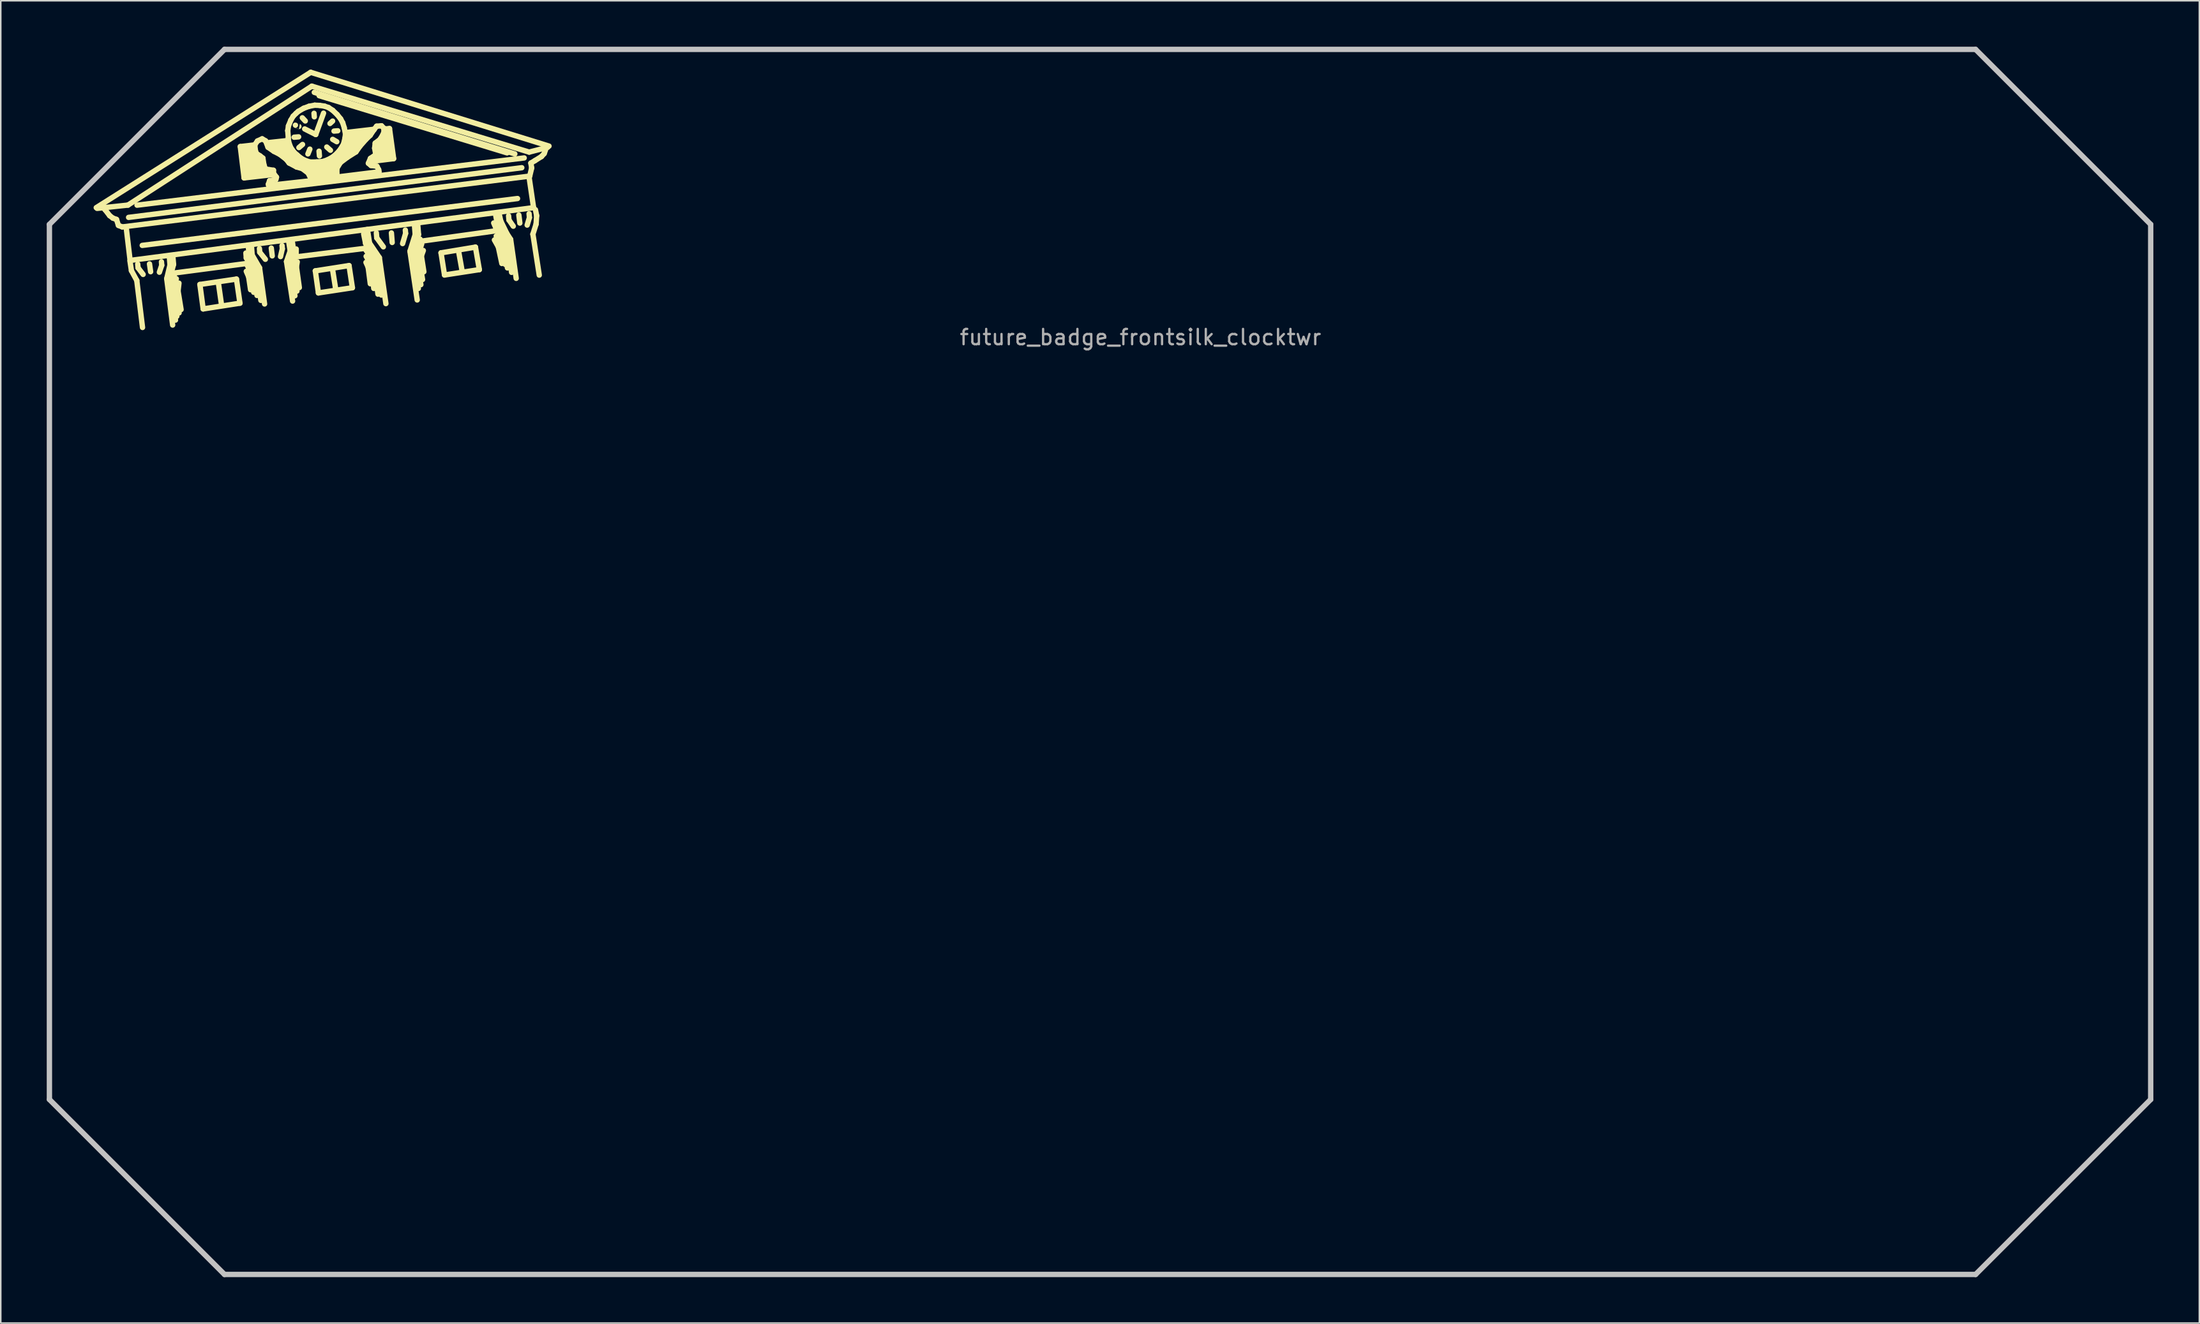
<source format=kicad_pcb>
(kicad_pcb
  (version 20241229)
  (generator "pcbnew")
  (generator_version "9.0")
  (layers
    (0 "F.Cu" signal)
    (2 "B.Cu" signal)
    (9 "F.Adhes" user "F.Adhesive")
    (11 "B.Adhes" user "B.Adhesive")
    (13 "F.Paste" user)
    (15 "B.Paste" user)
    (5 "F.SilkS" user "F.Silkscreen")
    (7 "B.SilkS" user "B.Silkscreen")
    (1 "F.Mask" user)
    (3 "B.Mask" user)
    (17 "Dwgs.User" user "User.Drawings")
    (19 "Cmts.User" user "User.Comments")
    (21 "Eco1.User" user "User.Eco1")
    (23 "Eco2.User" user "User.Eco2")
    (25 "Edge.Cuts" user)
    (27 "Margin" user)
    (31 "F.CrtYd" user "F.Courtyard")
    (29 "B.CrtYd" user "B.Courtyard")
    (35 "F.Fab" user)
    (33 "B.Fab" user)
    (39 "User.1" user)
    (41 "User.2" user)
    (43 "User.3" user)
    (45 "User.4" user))
  (footprint "future_badge_frontsilk_clocktwr"
    (layer "F.Cu")
    (at 71.387 19.473)
    (property "Reference" "future_badge_frontsilk_clocktwr" (at 0 -0.5 0) (unlocked yes) (layer "F.Fab") (effects (font (size 1 1) (thickness 0.15))))
    (fp_line (start -68.155 -8.963) (end -54.158 -17.8) (stroke (width 0.35) (type solid)) (layer "F.SilkS"))
    (fp_line (start -68.098 -8.915) (end -66.082 -9.131) (stroke (width 0.35) (type solid)) (layer "F.SilkS"))
    (fp_line (start -67.569 -8.817) (end -67.656 -8.909) (stroke (width 0.35) (type solid)) (layer "F.SilkS"))
    (fp_line (start -67.28 -8.442) (end -67.569 -8.817) (stroke (width 0.35) (type solid)) (layer "F.SilkS"))
    (fp_line (start -67.068 -8.28) (end -67.28 -8.442) (stroke (width 0.35) (type solid)) (layer "F.SilkS"))
    (fp_line (start -66.834 -8.195) (end -67.068 -8.28) (stroke (width 0.35) (type solid)) (layer "F.SilkS"))
    (fp_line (start -66.707 -7.804) (end -66.834 -8.195) (stroke (width 0.35) (type solid)) (layer "F.SilkS"))
    (fp_line (start -66.456 -7.704) (end -66.707 -7.804) (stroke (width 0.35) (type solid)) (layer "F.SilkS"))
    (fp_line (start -66.192 -7.598) (end -65.945 -5.516) (stroke (width 0.35) (type solid)) (layer "F.SilkS"))
    (fp_line (start -66.082 -9.131) (end -54.085 -16.896) (stroke (width 0.35) (type solid)) (layer "F.SilkS"))
    (fp_line (start -66.044 -8.327) (end -40.381 -11.571) (stroke (width 0.35) (type solid)) (layer "F.SilkS"))
    (fp_line (start -65.951 -5.457) (end -65.859 -4.849) (stroke (width 0.35) (type solid)) (layer "F.SilkS"))
    (fp_line (start -65.945 -5.516) (end -39.612 -8.963) (stroke (width 0.35) (type solid)) (layer "F.SilkS"))
    (fp_line (start -65.859 -4.849) (end -65.51 -4.208) (stroke (width 0.35) (type solid)) (layer "F.SilkS"))
    (fp_line (start -65.51 -4.208) (end -65.135 -1.139) (stroke (width 0.35) (type solid)) (layer "F.SilkS"))
    (fp_line (start -65.493 -9.125) (end -40.225 -12.21) (stroke (width 0.35) (type solid)) (layer "F.SilkS"))
    (fp_line (start -65.448 -5.275) (end -65.428 -5.038) (stroke (width 0.35) (type solid)) (layer "F.SilkS"))
    (fp_line (start -65.428 -5.038) (end -65.096 -4.603) (stroke (width 0.35) (type solid)) (layer "F.SilkS"))
    (fp_line (start -65.153 -6.498) (end -40.66 -9.558) (stroke (width 0.35) (type solid)) (layer "F.SilkS"))
    (fp_line (start -64.679 -5.289) (end -64.606 -4.78) (stroke (width 0.35) (type solid)) (layer "F.SilkS"))
    (fp_line (start -63.899 -5.426) (end -63.881 -5.2) (stroke (width 0.35) (type solid)) (layer "F.SilkS"))
    (fp_line (start -63.881 -5.2) (end -64.035 -4.747) (stroke (width 0.35) (type solid)) (layer "F.SilkS"))
    (fp_line (start -63.555 -4.323) (end -63.168 -1.297) (stroke (width 0.35) (type solid)) (layer "F.SilkS"))
    (fp_line (start -63.382 -5.723) (end -63.341 -5.222) (stroke (width 0.35) (type solid)) (layer "F.SilkS"))
    (fp_line (start -63.368 -4.307) (end -62.984 -1.62) (stroke (width 0.35) (type solid)) (layer "F.SilkS"))
    (fp_line (start -63.341 -5.222) (end -63.555 -4.323) (stroke (width 0.35) (type solid)) (layer "F.SilkS"))
    (fp_line (start -63.196 -4.246) (end -62.896 -1.871) (stroke (width 0.35) (type solid)) (layer "F.SilkS"))
    (fp_line (start -63.15 -5.742) (end -63.11 -5.256) (stroke (width 0.35) (type solid)) (layer "F.SilkS"))
    (fp_line (start -63.11 -5.256) (end -63.368 -4.307) (stroke (width 0.35) (type solid)) (layer "F.SilkS"))
    (fp_line (start -63.055 -4.566) (end -63.196 -4.246) (stroke (width 0.35) (type solid)) (layer "F.SilkS"))
    (fp_line (start -63.013 -4.701) (end -58.333 -5.318) (stroke (width 0.35) (type solid)) (layer "F.SilkS"))
    (fp_line (start -63.007 -3.975) (end -62.749 -2.09) (stroke (width 0.35) (type solid)) (layer "F.SilkS"))
    (fp_line (start -62.929 -4.321) (end -63.007 -3.975) (stroke (width 0.35) (type solid)) (layer "F.SilkS"))
    (fp_line (start -62.816 -3.518) (end -62.618 -2.308) (stroke (width 0.35) (type solid)) (layer "F.SilkS"))
    (fp_line (start -62.757 -4.032) (end -62.816 -3.518) (stroke (width 0.35) (type solid)) (layer "F.SilkS"))
    (fp_line (start -61.391 -3.946) (end -61.177 -2.35) (stroke (width 0.35) (type solid)) (layer "F.SilkS"))
    (fp_line (start -61.177 -2.35) (end -58.776 -2.724) (stroke (width 0.35) (type solid)) (layer "F.SilkS"))
    (fp_line (start -60.188 -4.082) (end -59.978 -2.614) (stroke (width 0.35) (type solid)) (layer "F.SilkS"))
    (fp_line (start -59.004 -4.298) (end -61.391 -3.946) (stroke (width 0.35) (type solid)) (layer "F.SilkS"))
    (fp_line (start -58.776 -2.724) (end -59.004 -4.298) (stroke (width 0.35) (type solid)) (layer "F.SilkS"))
    (fp_line (start -58.754 -12.952) (end -58.505 -10.906) (stroke (width 0.35) (type solid)) (layer "F.SilkS"))
    (fp_line (start -58.628 -12.679) (end -57.883 -12.771) (stroke (width 0.35) (type solid)) (layer "F.SilkS"))
    (fp_line (start -58.605 -12.395) (end -57.803 -12.471) (stroke (width 0.35) (type solid)) (layer "F.SilkS"))
    (fp_line (start -58.603 -12.514) (end -58.628 -12.679) (stroke (width 0.35) (type solid)) (layer "F.SilkS"))
    (fp_line (start -58.585 -12.237) (end -58.605 -12.395) (stroke (width 0.35) (type solid)) (layer "F.SilkS"))
    (fp_line (start -58.56 -12.084) (end -57.463 -12.196) (stroke (width 0.35) (type solid)) (layer "F.SilkS"))
    (fp_line (start -58.547 -11.922) (end -58.56 -12.084) (stroke (width 0.35) (type solid)) (layer "F.SilkS"))
    (fp_line (start -58.52 -11.733) (end -57.347 -11.851) (stroke (width 0.35) (type solid)) (layer "F.SilkS"))
    (fp_line (start -58.505 -10.906) (end -56.663 -11.117) (stroke (width 0.35) (type solid)) (layer "F.SilkS"))
    (fp_line (start -58.498 -11.312) (end -57.196 -11.461) (stroke (width 0.35) (type solid)) (layer "F.SilkS"))
    (fp_line (start -58.497 -11.5) (end -58.52 -11.733) (stroke (width 0.35) (type solid)) (layer "F.SilkS"))
    (fp_line (start -58.467 -11.124) (end -58.498 -11.312) (stroke (width 0.35) (type solid)) (layer "F.SilkS"))
    (fp_line (start -58.388 -5.999) (end -58.362 -5.677) (stroke (width 0.35) (type solid)) (layer "F.SilkS"))
    (fp_line (start -58.363 -4.806) (end -58.207 -4.446) (stroke (width 0.35) (type solid)) (layer "F.SilkS"))
    (fp_line (start -58.362 -5.677) (end -57.899 -4.875) (stroke (width 0.35) (type solid)) (layer "F.SilkS"))
    (fp_line (start -58.328 -5.255) (end -58.094 -4.78) (stroke (width 0.35) (type solid)) (layer "F.SilkS"))
    (fp_line (start -58.223 -6.378) (end -58.174 -5.766) (stroke (width 0.35) (type solid)) (layer "F.SilkS"))
    (fp_line (start -58.207 -4.446) (end -58.083 -3.603) (stroke (width 0.35) (type solid)) (layer "F.SilkS"))
    (fp_line (start -58.174 -5.766) (end -57.715 -4.965) (stroke (width 0.35) (type solid)) (layer "F.SilkS"))
    (fp_line (start -58.094 -4.78) (end -57.878 -3.436) (stroke (width 0.35) (type solid)) (layer "F.SilkS"))
    (fp_line (start -58.027 -6.468) (end -57.979 -5.867) (stroke (width 0.35) (type solid)) (layer "F.SilkS"))
    (fp_line (start -57.979 -5.867) (end -57.498 -5.035) (stroke (width 0.35) (type solid)) (layer "F.SilkS"))
    (fp_line (start -57.911 -13.049) (end -58.754 -12.952) (stroke (width 0.35) (type solid)) (layer "F.SilkS"))
    (fp_line (start -57.907 -12.925) (end -58.626 -12.855) (stroke (width 0.35) (type solid)) (layer "F.SilkS"))
    (fp_line (start -57.899 -4.875) (end -57.663 -3.23) (stroke (width 0.35) (type solid)) (layer "F.SilkS"))
    (fp_line (start -57.883 -12.771) (end -57.907 -12.925) (stroke (width 0.35) (type solid)) (layer "F.SilkS"))
    (fp_line (start -57.835 -12.616) (end -58.603 -12.514) (stroke (width 0.35) (type solid)) (layer "F.SilkS"))
    (fp_line (start -57.806 -13.068) (end -57.78 -12.748) (stroke (width 0.35) (type solid)) (layer "F.SilkS"))
    (fp_line (start -57.803 -12.471) (end -57.835 -12.616) (stroke (width 0.35) (type solid)) (layer "F.SilkS"))
    (fp_line (start -57.78 -12.748) (end -57.708 -12.503) (stroke (width 0.35) (type solid)) (layer "F.SilkS"))
    (fp_line (start -57.715 -4.965) (end -57.411 -2.908) (stroke (width 0.35) (type solid)) (layer "F.SilkS"))
    (fp_line (start -57.708 -12.503) (end -57.461 -12.34) (stroke (width 0.35) (type solid)) (layer "F.SilkS"))
    (fp_line (start -57.635 -13.316) (end -57.806 -13.068) (stroke (width 0.35) (type solid)) (layer "F.SilkS"))
    (fp_line (start -57.557 -12.328) (end -58.585 -12.237) (stroke (width 0.35) (type solid)) (layer "F.SilkS"))
    (fp_line (start -57.504 -6.293) (end -57.484 -6.05) (stroke (width 0.35) (type solid)) (layer "F.SilkS"))
    (fp_line (start -57.498 -5.035) (end -57.169 -2.673) (stroke (width 0.35) (type solid)) (layer "F.SilkS"))
    (fp_line (start -57.484 -6.05) (end -57.118 -5.591) (stroke (width 0.35) (type solid)) (layer "F.SilkS"))
    (fp_line (start -57.463 -12.196) (end -57.557 -12.328) (stroke (width 0.35) (type solid)) (layer "F.SilkS"))
    (fp_line (start -57.461 -12.34) (end -57.28 -12.199) (stroke (width 0.35) (type solid)) (layer "F.SilkS"))
    (fp_line (start -57.371 -12.045) (end -58.547 -11.922) (stroke (width 0.35) (type solid)) (layer "F.SilkS"))
    (fp_line (start -57.347 -11.851) (end -57.371 -12.045) (stroke (width 0.35) (type solid)) (layer "F.SilkS"))
    (fp_line (start -57.328 -13.457) (end -57.635 -13.316) (stroke (width 0.35) (type solid)) (layer "F.SilkS"))
    (fp_line (start -57.28 -12.199) (end -57.213 -11.768) (stroke (width 0.35) (type solid)) (layer "F.SilkS"))
    (fp_line (start -57.259 -11.691) (end -58.497 -11.5) (stroke (width 0.35) (type solid)) (layer "F.SilkS"))
    (fp_line (start -57.213 -11.768) (end -57.116 -11.489) (stroke (width 0.35) (type solid)) (layer "F.SilkS"))
    (fp_line (start -57.196 -11.461) (end -57.259 -11.691) (stroke (width 0.35) (type solid)) (layer "F.SilkS"))
    (fp_line (start -57.116 -11.489) (end -56.825 -11.438) (stroke (width 0.35) (type solid)) (layer "F.SilkS"))
    (fp_line (start -57.105 -13.326) (end -57.328 -13.457) (stroke (width 0.35) (type solid)) (layer "F.SilkS"))
    (fp_line (start -56.944 -12.907) (end -57.105 -13.326) (stroke (width 0.35) (type solid)) (layer "F.SilkS"))
    (fp_line (start -56.919 -10.496) (end -56.902 -10.413) (stroke (width 0.35) (type solid)) (layer "F.SilkS"))
    (fp_line (start -56.902 -10.413) (end -54.123 -10.722) (stroke (width 0.35) (type solid)) (layer "F.SilkS"))
    (fp_line (start -56.842 -10.725) (end -56.919 -10.496) (stroke (width 0.35) (type solid)) (layer "F.SilkS"))
    (fp_line (start -56.827 -12.972) (end -55.68 -13.16) (stroke (width 0.35) (type solid)) (layer "F.SilkS"))
    (fp_line (start -56.825 -11.438) (end -56.589 -11.404) (stroke (width 0.35) (type solid)) (layer "F.SilkS"))
    (fp_line (start -56.731 -6.323) (end -56.669 -5.813) (stroke (width 0.35) (type solid)) (layer "F.SilkS"))
    (fp_line (start -56.712 -11.337) (end -58.467 -11.124) (stroke (width 0.35) (type solid)) (layer "F.SilkS"))
    (fp_line (start -56.689 -12.836) (end -56.827 -12.972) (stroke (width 0.35) (type solid)) (layer "F.SilkS"))
    (fp_line (start -56.663 -11.117) (end -56.712 -11.337) (stroke (width 0.35) (type solid)) (layer "F.SilkS"))
    (fp_line (start -56.589 -11.404) (end -56.583 -11.203) (stroke (width 0.35) (type solid)) (layer "F.SilkS"))
    (fp_line (start -56.583 -11.203) (end -56.393 -10.953) (stroke (width 0.35) (type solid)) (layer "F.SilkS"))
    (fp_line (start -56.562 -12.643) (end -56.944 -12.907) (stroke (width 0.35) (type solid)) (layer "F.SilkS"))
    (fp_line (start -56.434 -10.801) (end -56.842 -10.725) (stroke (width 0.35) (type solid)) (layer "F.SilkS"))
    (fp_line (start -56.393 -10.953) (end -56.434 -10.801) (stroke (width 0.35) (type solid)) (layer "F.SilkS"))
    (fp_line (start -56.372 -12.658) (end -55.514 -12.813) (stroke (width 0.35) (type solid)) (layer "F.SilkS"))
    (fp_line (start -56.174 -12.443) (end -56.562 -12.643) (stroke (width 0.35) (type solid)) (layer "F.SilkS"))
    (fp_line (start -56.131 -12.508) (end -56.372 -12.658) (stroke (width 0.35) (type solid)) (layer "F.SilkS"))
    (fp_line (start -56.028 -6.486) (end -56.011 -6.275) (stroke (width 0.35) (type solid)) (layer "F.SilkS"))
    (fp_line (start -56.011 -6.275) (end -56.129 -5.767) (stroke (width 0.35) (type solid)) (layer "F.SilkS"))
    (fp_line (start -55.874 -12.279) (end -55.2 -12.445) (stroke (width 0.35) (type solid)) (layer "F.SilkS"))
    (fp_line (start -55.755 -12.119) (end -56.174 -12.443) (stroke (width 0.35) (type solid)) (layer "F.SilkS"))
    (fp_line (start -55.737 -5.443) (end -55.341 -2.863) (stroke (width 0.35) (type solid)) (layer "F.SilkS"))
    (fp_line (start -55.721 -13.339) (end -56.968 -13.205) (stroke (width 0.35) (type solid)) (layer "F.SilkS"))
    (fp_line (start -55.696 -12.172) (end -55.874 -12.279) (stroke (width 0.35) (type solid)) (layer "F.SilkS"))
    (fp_line (start -55.68 -13.16) (end -55.721 -13.339) (stroke (width 0.35) (type solid)) (layer "F.SilkS"))
    (fp_line (start -55.657 -13.99) (end -55.61 -14.304) (stroke (width 0.35) (type solid)) (layer "F.SilkS"))
    (fp_line (start -55.62 -13.014) (end -56.689 -12.836) (stroke (width 0.35) (type solid)) (layer "F.SilkS"))
    (fp_line (start -55.619 -13.523) (end -55.657 -13.99) (stroke (width 0.35) (type solid)) (layer "F.SilkS"))
    (fp_line (start -55.61 -14.304) (end -55.457 -14.675) (stroke (width 0.35) (type solid)) (layer "F.SilkS"))
    (fp_line (start -55.597 -13.254) (end -55.619 -13.523) (stroke (width 0.35) (type solid)) (layer "F.SilkS"))
    (fp_line (start -55.593 -6.75) (end -55.499 -6.131) (stroke (width 0.35) (type solid)) (layer "F.SilkS"))
    (fp_line (start -55.566 -11.879) (end -55.755 -12.119) (stroke (width 0.35) (type solid)) (layer "F.SilkS"))
    (fp_line (start -55.516 -5.338) (end -55.189 -3.207) (stroke (width 0.35) (type solid)) (layer "F.SilkS"))
    (fp_line (start -55.514 -12.813) (end -55.62 -13.014) (stroke (width 0.35) (type solid)) (layer "F.SilkS"))
    (fp_line (start -55.499 -6.131) (end -55.737 -5.443) (stroke (width 0.35) (type solid)) (layer "F.SilkS"))
    (fp_line (start -55.494 -11.97) (end -54.826 -12.088) (stroke (width 0.35) (type solid)) (layer "F.SilkS"))
    (fp_line (start -55.464 -12.891) (end -55.597 -13.254) (stroke (width 0.35) (type solid)) (layer "F.SilkS"))
    (fp_line (start -55.457 -14.675) (end -55.303 -14.934) (stroke (width 0.35) (type solid)) (layer "F.SilkS"))
    (fp_line (start -55.397 -12.622) (end -56.131 -12.508) (stroke (width 0.35) (type solid)) (layer "F.SilkS"))
    (fp_line (start -55.36 -6.768) (end -55.267 -6.107) (stroke (width 0.35) (type solid)) (layer "F.SilkS"))
    (fp_line (start -55.347 -11.871) (end -55.494 -11.97) (stroke (width 0.35) (type solid)) (layer "F.SilkS"))
    (fp_line (start -55.307 -5.322) (end -55.058 -3.512) (stroke (width 0.35) (type solid)) (layer "F.SilkS"))
    (fp_line (start -55.303 -14.934) (end -55.111 -15.125) (stroke (width 0.35) (type solid)) (layer "F.SilkS"))
    (fp_line (start -55.267 -6.107) (end -55.516 -5.338) (stroke (width 0.35) (type solid)) (layer "F.SilkS"))
    (fp_line (start -55.248 -12.582) (end -55.464 -12.891) (stroke (width 0.35) (type solid)) (layer "F.SilkS"))
    (fp_line (start -55.24 -13.562) (end -54.947 -13.586) (stroke (width 0.35) (type solid)) (layer "F.SilkS"))
    (fp_line (start -55.2 -12.445) (end -55.397 -12.622) (stroke (width 0.35) (type solid)) (layer "F.SilkS"))
    (fp_line (start -55.111 -15.125) (end -54.97 -15.248) (stroke (width 0.35) (type solid)) (layer "F.SilkS"))
    (fp_line (start -55.11 -5.939) (end -55.307 -5.322) (stroke (width 0.35) (type solid)) (layer "F.SilkS"))
    (fp_line (start -55.105 -6.263) (end -55.11 -5.939) (stroke (width 0.35) (type solid)) (layer "F.SilkS"))
    (fp_line (start -55.091 -5.102) (end -54.901 -3.743) (stroke (width 0.35) (type solid)) (layer "F.SilkS"))
    (fp_line (start -55.083 -11.621) (end -55.566 -11.879) (stroke (width 0.35) (type solid)) (layer "F.SilkS"))
    (fp_line (start -55.042 -12.399) (end -55.248 -12.582) (stroke (width 0.35) (type solid)) (layer "F.SilkS"))
    (fp_line (start -55.037 -5.424) (end -55.091 -5.102) (stroke (width 0.35) (type solid)) (layer "F.SilkS"))
    (fp_line (start -55.023 -11.668) (end -54.823 -11.573) (stroke (width 0.35) (type solid)) (layer "F.SilkS"))
    (fp_line (start -55.005 -12.227) (end -55.696 -12.172) (stroke (width 0.35) (type solid)) (layer "F.SilkS"))
    (fp_line (start -54.993 -5.763) (end -50.704 -6.295) (stroke (width 0.35) (type solid)) (layer "F.SilkS"))
    (fp_line (start -54.97 -15.248) (end -54.62 -15.451) (stroke (width 0.35) (type solid)) (layer "F.SilkS"))
    (fp_line (start -54.929 -12.886) (end -54.692 -13.089) (stroke (width 0.35) (type solid)) (layer "F.SilkS"))
    (fp_line (start -54.826 -12.088) (end -55.005 -12.227) (stroke (width 0.35) (type solid)) (layer "F.SilkS"))
    (fp_line (start -54.823 -11.573) (end -52.43 -11.798) (stroke (width 0.35) (type solid)) (layer "F.SilkS"))
    (fp_line (start -54.795 -12.196) (end -55.042 -12.399) (stroke (width 0.35) (type solid)) (layer "F.SilkS"))
    (fp_line (start -54.708 -11.513) (end -55.083 -11.621) (stroke (width 0.35) (type solid)) (layer "F.SilkS"))
    (fp_line (start -54.705 -14.831) (end -54.513 -14.624) (stroke (width 0.35) (type solid)) (layer "F.SilkS"))
    (fp_line (start -54.62 -15.451) (end -54.264 -15.583) (stroke (width 0.35) (type solid)) (layer "F.SilkS"))
    (fp_line (start -54.545 -12.057) (end -54.795 -12.196) (stroke (width 0.35) (type solid)) (layer "F.SilkS"))
    (fp_line (start -54.472 -11.941) (end -55.347 -11.871) (stroke (width 0.35) (type solid)) (layer "F.SilkS"))
    (fp_line (start -54.467 -11.421) (end -54.238 -11.217) (stroke (width 0.35) (type solid)) (layer "F.SilkS"))
    (fp_line (start -54.34 -12.472) (end -54.214 -12.785) (stroke (width 0.35) (type solid)) (layer "F.SilkS"))
    (fp_line (start -54.327 -11.226) (end -54.708 -11.513) (stroke (width 0.35) (type solid)) (layer "F.SilkS"))
    (fp_line (start -54.264 -15.583) (end -53.896 -15.653) (stroke (width 0.35) (type solid)) (layer "F.SilkS"))
    (fp_line (start -54.238 -11.217) (end -52.497 -11.41) (stroke (width 0.35) (type solid)) (layer "F.SilkS"))
    (fp_line (start -54.209 -11.941) (end -54.545 -12.057) (stroke (width 0.35) (type solid)) (layer "F.SilkS"))
    (fp_line (start -54.158 -17.8) (end -38.605 -12.983) (stroke (width 0.35) (type solid)) (layer "F.SilkS"))
    (fp_line (start -54.147 -11.017) (end -54.134 -10.864) (stroke (width 0.35) (type solid)) (layer "F.SilkS"))
    (fp_line (start -54.134 -10.864) (end -52.535 -11.078) (stroke (width 0.35) (type solid)) (layer "F.SilkS"))
    (fp_line (start -54.131 -10.827) (end -54.327 -11.226) (stroke (width 0.35) (type solid)) (layer "F.SilkS"))
    (fp_line (start -54.123 -10.722) (end -54.131 -10.827) (stroke (width 0.35) (type solid)) (layer "F.SilkS"))
    (fp_line (start -54.123 -10.722) (end -54.116 -10.638) (stroke (width 0.35) (type solid)) (layer "F.SilkS"))
    (fp_line (start -54.116 -10.638) (end -52.516 -10.836) (stroke (width 0.35) (type solid)) (layer "F.SilkS"))
    (fp_line (start -54.085 -16.896) (end -39.9 -12.591) (stroke (width 0.35) (type solid)) (layer "F.SilkS"))
    (fp_line (start -53.942 -15.124) (end -53.924 -14.894) (stroke (width 0.35) (type solid)) (layer "F.SilkS"))
    (fp_line (start -53.924 -16.492) (end -40.836 -12.474) (stroke (width 0.35) (type solid)) (layer "F.SilkS"))
    (fp_line (start -53.896 -15.653) (end -53.576 -15.639) (stroke (width 0.35) (type solid)) (layer "F.SilkS"))
    (fp_line (start -53.857 -4.835) (end -53.655 -3.395) (stroke (width 0.35) (type solid)) (layer "F.SilkS"))
    (fp_line (start -53.83 -13.739) (end -54.551 -14.103) (stroke (width 0.35) (type solid)) (layer "F.SilkS"))
    (fp_line (start -53.772 -11.945) (end -54.209 -11.941) (stroke (width 0.35) (type solid)) (layer "F.SilkS"))
    (fp_line (start -53.655 -3.395) (end -51.437 -3.733) (stroke (width 0.35) (type solid)) (layer "F.SilkS"))
    (fp_line (start -53.606 -16.274) (end -41.34 -12.539) (stroke (width 0.35) (type solid)) (layer "F.SilkS"))
    (fp_line (start -53.589 -12.342) (end -53.614 -12.65) (stroke (width 0.35) (type solid)) (layer "F.SilkS"))
    (fp_line (start -53.576 -15.639) (end -53.262 -15.593) (stroke (width 0.35) (type solid)) (layer "F.SilkS"))
    (fp_line (start -53.36 -11.978) (end -53.772 -11.945) (stroke (width 0.35) (type solid)) (layer "F.SilkS"))
    (fp_line (start -53.32 -15.134) (end -53.83 -13.739) (stroke (width 0.35) (type solid)) (layer "F.SilkS"))
    (fp_line (start -53.262 -15.593) (end -53 -15.502) (stroke (width 0.35) (type solid)) (layer "F.SilkS"))
    (fp_line (start -53.043 -12.091) (end -53.36 -11.978) (stroke (width 0.35) (type solid)) (layer "F.SilkS"))
    (fp_line (start -53 -15.502) (end -52.722 -15.318) (stroke (width 0.35) (type solid)) (layer "F.SilkS"))
    (fp_line (start -52.969 -12.031) (end -52.234 -12.032) (stroke (width 0.35) (type solid)) (layer "F.SilkS"))
    (fp_line (start -52.87 -12.71) (end -53.11 -12.922) (stroke (width 0.35) (type solid)) (layer "F.SilkS"))
    (fp_line (start -52.729 -14.616) (end -52.9 -14.459) (stroke (width 0.35) (type solid)) (layer "F.SilkS"))
    (fp_line (start -52.723 -12.268) (end -53.043 -12.091) (stroke (width 0.35) (type solid)) (layer "F.SilkS"))
    (fp_line (start -52.722 -15.318) (end -52.437 -15.046) (stroke (width 0.35) (type solid)) (layer "F.SilkS"))
    (fp_line (start -52.661 -12.199) (end -52.969 -12.031) (stroke (width 0.35) (type solid)) (layer "F.SilkS"))
    (fp_line (start -52.535 -11.078) (end -52.522 -10.92) (stroke (width 0.35) (type solid)) (layer "F.SilkS"))
    (fp_line (start -52.528 -3.645) (end -52.738 -4.963) (stroke (width 0.35) (type solid)) (layer "F.SilkS"))
    (fp_line (start -52.522 -10.92) (end -54.123 -10.722) (stroke (width 0.35) (type solid)) (layer "F.SilkS"))
    (fp_line (start -52.513 -11.218) (end -54.147 -11.017) (stroke (width 0.35) (type solid)) (layer "F.SilkS"))
    (fp_line (start -52.497 -11.41) (end -52.513 -11.218) (stroke (width 0.35) (type solid)) (layer "F.SilkS"))
    (fp_line (start -52.484 -11.581) (end -54.467 -11.421) (stroke (width 0.35) (type solid)) (layer "F.SilkS"))
    (fp_line (start -52.457 -13.269) (end -52.724 -13.423) (stroke (width 0.35) (type solid)) (layer "F.SilkS"))
    (fp_line (start -52.455 -11.223) (end -52.445 -11.537) (stroke (width 0.35) (type solid)) (layer "F.SilkS"))
    (fp_line (start -52.447 -12.505) (end -52.723 -12.268) (stroke (width 0.35) (type solid)) (layer "F.SilkS"))
    (fp_line (start -52.445 -11.537) (end -52.224 -11.905) (stroke (width 0.35) (type solid)) (layer "F.SilkS"))
    (fp_line (start -52.437 -15.046) (end -52.207 -14.762) (stroke (width 0.35) (type solid)) (layer "F.SilkS"))
    (fp_line (start -52.434 -10.964) (end -52.455 -11.223) (stroke (width 0.35) (type solid)) (layer "F.SilkS"))
    (fp_line (start -52.43 -11.798) (end -52.484 -11.581) (stroke (width 0.35) (type solid)) (layer "F.SilkS"))
    (fp_line (start -52.391 -13.983) (end -52.637 -13.963) (stroke (width 0.35) (type solid)) (layer "F.SilkS"))
    (fp_line (start -52.37 -12.466) (end -51.484 -12.538) (stroke (width 0.35) (type solid)) (layer "F.SilkS"))
    (fp_line (start -52.312 -11.951) (end -55.023 -11.668) (stroke (width 0.35) (type solid)) (layer "F.SilkS"))
    (fp_line (start -52.234 -12.032) (end -52.312 -11.951) (stroke (width 0.35) (type solid)) (layer "F.SilkS"))
    (fp_line (start -52.224 -11.905) (end -51.766 -12.25) (stroke (width 0.35) (type solid)) (layer "F.SilkS"))
    (fp_line (start -52.222 -12.77) (end -52.447 -12.505) (stroke (width 0.35) (type solid)) (layer "F.SilkS"))
    (fp_line (start -52.214 -12.644) (end -52.37 -12.466) (stroke (width 0.35) (type solid)) (layer "F.SilkS"))
    (fp_line (start -52.207 -14.762) (end -52.067 -14.503) (stroke (width 0.35) (type solid)) (layer "F.SilkS"))
    (fp_line (start -52.067 -14.503) (end -51.97 -14.184) (stroke (width 0.35) (type solid)) (layer "F.SilkS"))
    (fp_line (start -52.011 -13.122) (end -52.222 -12.77) (stroke (width 0.35) (type solid)) (layer "F.SilkS"))
    (fp_line (start -52.001 -12.896) (end -51.018 -13.011) (stroke (width 0.35) (type solid)) (layer "F.SilkS"))
    (fp_line (start -51.97 -14.184) (end -51.889 -13.777) (stroke (width 0.35) (type solid)) (layer "F.SilkS"))
    (fp_line (start -51.916 -13.52) (end -52.011 -13.122) (stroke (width 0.35) (type solid)) (layer "F.SilkS"))
    (fp_line (start -51.889 -13.777) (end -51.916 -13.52) (stroke (width 0.35) (type solid)) (layer "F.SilkS"))
    (fp_line (start -51.887 -13.132) (end -52.001 -12.896) (stroke (width 0.35) (type solid)) (layer "F.SilkS"))
    (fp_line (start -51.856 -13.363) (end -50.489 -13.558) (stroke (width 0.35) (type solid)) (layer "F.SilkS"))
    (fp_line (start -51.849 -12.264) (end -52.661 -12.199) (stroke (width 0.35) (type solid)) (layer "F.SilkS"))
    (fp_line (start -51.792 -13.656) (end -51.856 -13.363) (stroke (width 0.35) (type solid)) (layer "F.SilkS"))
    (fp_line (start -51.766 -12.25) (end -51.208 -12.603) (stroke (width 0.35) (type solid)) (layer "F.SilkS"))
    (fp_line (start -51.762 -13.88) (end -50.01 -14.084) (stroke (width 0.35) (type solid)) (layer "F.SilkS"))
    (fp_line (start -51.657 -5.18) (end -53.857 -4.835) (stroke (width 0.35) (type solid)) (layer "F.SilkS"))
    (fp_line (start -51.484 -12.538) (end -51.849 -12.264) (stroke (width 0.35) (type solid)) (layer "F.SilkS"))
    (fp_line (start -51.437 -3.733) (end -51.657 -5.18) (stroke (width 0.35) (type solid)) (layer "F.SilkS"))
    (fp_line (start -51.208 -12.603) (end -50.941 -12.981) (stroke (width 0.35) (type solid)) (layer "F.SilkS"))
    (fp_line (start -51.162 -12.76) (end -52.214 -12.644) (stroke (width 0.35) (type solid)) (layer "F.SilkS"))
    (fp_line (start -51.018 -13.011) (end -51.162 -12.76) (stroke (width 0.35) (type solid)) (layer "F.SilkS"))
    (fp_line (start -50.941 -12.981) (end -50.552 -13.423) (stroke (width 0.35) (type solid)) (layer "F.SilkS"))
    (fp_line (start -50.731 -13.278) (end -51.887 -13.132) (stroke (width 0.35) (type solid)) (layer "F.SilkS"))
    (fp_line (start -50.702 -7.25) (end -50.576 -6.621) (stroke (width 0.35) (type solid)) (layer "F.SilkS"))
    (fp_line (start -50.625 -6.301) (end -50.056 -5.429) (stroke (width 0.35) (type solid)) (layer "F.SilkS"))
    (fp_line (start -50.576 -6.621) (end -49.892 -5.585) (stroke (width 0.35) (type solid)) (layer "F.SilkS"))
    (fp_line (start -50.552 -13.423) (end -50.276 -13.686) (stroke (width 0.35) (type solid)) (layer "F.SilkS"))
    (fp_line (start -50.551 -5.389) (end -50.409 -5.075) (stroke (width 0.35) (type solid)) (layer "F.SilkS"))
    (fp_line (start -50.541 -5.786) (end -50.232 -5.245) (stroke (width 0.35) (type solid)) (layer "F.SilkS"))
    (fp_line (start -50.489 -13.558) (end -50.731 -13.278) (stroke (width 0.35) (type solid)) (layer "F.SilkS"))
    (fp_line (start -50.457 -7.543) (end -50.319 -6.65) (stroke (width 0.35) (type solid)) (layer "F.SilkS"))
    (fp_line (start -50.409 -5.075) (end -50.269 -3.994) (stroke (width 0.35) (type solid)) (layer "F.SilkS"))
    (fp_line (start -50.394 -11.862) (end -50.223 -11.716) (stroke (width 0.35) (type solid)) (layer "F.SilkS"))
    (fp_line (start -50.319 -6.65) (end -49.678 -5.701) (stroke (width 0.35) (type solid)) (layer "F.SilkS"))
    (fp_line (start -50.276 -13.686) (end -50.04 -14.045) (stroke (width 0.35) (type solid)) (layer "F.SilkS"))
    (fp_line (start -50.261 -12.18) (end -50.394 -11.862) (stroke (width 0.35) (type solid)) (layer "F.SilkS"))
    (fp_line (start -50.232 -5.245) (end -50.042 -3.687) (stroke (width 0.35) (type solid)) (layer "F.SilkS"))
    (fp_line (start -50.224 -12.119) (end -48.862 -12.277) (stroke (width 0.35) (type solid)) (layer "F.SilkS"))
    (fp_line (start -50.223 -11.716) (end -49.837 -11.668) (stroke (width 0.35) (type solid)) (layer "F.SilkS"))
    (fp_line (start -50.213 -11.982) (end -50.224 -12.119) (stroke (width 0.35) (type solid)) (layer "F.SilkS"))
    (fp_line (start -50.195 -13.868) (end -51.792 -13.656) (stroke (width 0.35) (type solid)) (layer "F.SilkS"))
    (fp_line (start -50.056 -5.429) (end -49.768 -3.313) (stroke (width 0.35) (type solid)) (layer "F.SilkS"))
    (fp_line (start -50.04 -14.045) (end -49.857 -14.283) (stroke (width 0.35) (type solid)) (layer "F.SilkS"))
    (fp_line (start -50.01 -14.084) (end -50.195 -13.868) (stroke (width 0.35) (type solid)) (layer "F.SilkS"))
    (fp_line (start -49.985 -12.847) (end -49.909 -12.421) (stroke (width 0.35) (type solid)) (layer "F.SilkS"))
    (fp_line (start -49.948 -13.177) (end -49.985 -12.847) (stroke (width 0.35) (type solid)) (layer "F.SilkS"))
    (fp_line (start -49.909 -12.421) (end -50.261 -12.18) (stroke (width 0.35) (type solid)) (layer "F.SilkS"))
    (fp_line (start -49.892 -12.619) (end -48.929 -12.718) (stroke (width 0.35) (type solid)) (layer "F.SilkS"))
    (fp_line (start -49.892 -5.585) (end -49.546 -3.256) (stroke (width 0.35) (type solid)) (layer "F.SilkS"))
    (fp_line (start -49.874 -7.317) (end -49.847 -6.99) (stroke (width 0.35) (type solid)) (layer "F.SilkS"))
    (fp_line (start -49.873 -12.833) (end -49.87 -13.068) (stroke (width 0.35) (type solid)) (layer "F.SilkS"))
    (fp_line (start -49.872 -12.376) (end -49.892 -12.619) (stroke (width 0.35) (type solid)) (layer "F.SilkS"))
    (fp_line (start -49.87 -13.068) (end -48.995 -13.138) (stroke (width 0.35) (type solid)) (layer "F.SilkS"))
    (fp_line (start -49.857 -14.283) (end -49.541 -14.308) (stroke (width 0.35) (type solid)) (layer "F.SilkS"))
    (fp_line (start -49.847 -6.99) (end -49.418 -6.404) (stroke (width 0.35) (type solid)) (layer "F.SilkS"))
    (fp_line (start -49.837 -11.668) (end -49.723 -11.443) (stroke (width 0.35) (type solid)) (layer "F.SilkS"))
    (fp_line (start -49.723 -11.443) (end -49.701 -11.302) (stroke (width 0.35) (type solid)) (layer "F.SilkS"))
    (fp_line (start -49.701 -11.302) (end -52.434 -10.964) (stroke (width 0.35) (type solid)) (layer "F.SilkS"))
    (fp_line (start -49.678 -5.701) (end -49.251 -2.696) (stroke (width 0.35) (type solid)) (layer "F.SilkS"))
    (fp_line (start -49.648 -13.404) (end -49.948 -13.177) (stroke (width 0.35) (type solid)) (layer "F.SilkS"))
    (fp_line (start -49.626 -13.33) (end -49.481 -13.509) (stroke (width 0.35) (type solid)) (layer "F.SilkS"))
    (fp_line (start -49.541 -14.308) (end -49.39 -14.157) (stroke (width 0.35) (type solid)) (layer "F.SilkS"))
    (fp_line (start -49.481 -13.509) (end -49.001 -13.548) (stroke (width 0.35) (type solid)) (layer "F.SilkS"))
    (fp_line (start -49.469 -13.685) (end -49.648 -13.404) (stroke (width 0.35) (type solid)) (layer "F.SilkS"))
    (fp_line (start -49.39 -14.157) (end -49.371 -13.919) (stroke (width 0.35) (type solid)) (layer "F.SilkS"))
    (fp_line (start -49.379 -13.692) (end -49.297 -13.857) (stroke (width 0.35) (type solid)) (layer "F.SilkS"))
    (fp_line (start -49.371 -13.919) (end -49.469 -13.685) (stroke (width 0.35) (type solid)) (layer "F.SilkS"))
    (fp_line (start -49.297 -13.857) (end -49.058 -13.854) (stroke (width 0.35) (type solid)) (layer "F.SilkS"))
    (fp_line (start -49.296 -14.105) (end -49.016 -14.128) (stroke (width 0.35) (type solid)) (layer "F.SilkS"))
    (fp_line (start -49.092 -14.01) (end -49.308 -13.993) (stroke (width 0.35) (type solid)) (layer "F.SilkS"))
    (fp_line (start -49.058 -13.854) (end -49.092 -14.01) (stroke (width 0.35) (type solid)) (layer "F.SilkS"))
    (fp_line (start -49.047 -13.719) (end -49.379 -13.692) (stroke (width 0.35) (type solid)) (layer "F.SilkS"))
    (fp_line (start -49.016 -14.128) (end -48.747 -12.164) (stroke (width 0.35) (type solid)) (layer "F.SilkS"))
    (fp_line (start -49.001 -13.548) (end -49.047 -13.719) (stroke (width 0.35) (type solid)) (layer "F.SilkS"))
    (fp_line (start -48.999 -13.381) (end -49.626 -13.33) (stroke (width 0.35) (type solid)) (layer "F.SilkS"))
    (fp_line (start -48.995 -13.138) (end -48.999 -13.381) (stroke (width 0.35) (type solid)) (layer "F.SilkS"))
    (fp_line (start -48.963 -12.943) (end -49.873 -12.833) (stroke (width 0.35) (type solid)) (layer "F.SilkS"))
    (fp_line (start -48.929 -12.718) (end -48.963 -12.943) (stroke (width 0.35) (type solid)) (layer "F.SilkS"))
    (fp_line (start -48.896 -12.508) (end -49.872 -12.376) (stroke (width 0.35) (type solid)) (layer "F.SilkS"))
    (fp_line (start -48.891 -7.312) (end -48.841 -6.689) (stroke (width 0.35) (type solid)) (layer "F.SilkS"))
    (fp_line (start -48.862 -12.277) (end -48.896 -12.508) (stroke (width 0.35) (type solid)) (layer "F.SilkS"))
    (fp_line (start -48.747 -12.164) (end -50.213 -11.982) (stroke (width 0.35) (type solid)) (layer "F.SilkS"))
    (fp_line (start -47.982 -7.496) (end -47.965 -7.28) (stroke (width 0.35) (type solid)) (layer "F.SilkS"))
    (fp_line (start -47.965 -7.28) (end -48.161 -6.617) (stroke (width 0.35) (type solid)) (layer "F.SilkS"))
    (fp_line (start -47.68 -6.114) (end -47.208 -2.935) (stroke (width 0.35) (type solid)) (layer "F.SilkS"))
    (fp_line (start -47.503 -6.031) (end -47.133 -3.685) (stroke (width 0.35) (type solid)) (layer "F.SilkS"))
    (fp_line (start -47.396 -7.931) (end -47.338 -7.209) (stroke (width 0.35) (type solid)) (layer "F.SilkS"))
    (fp_line (start -47.338 -7.209) (end -47.68 -6.114) (stroke (width 0.35) (type solid)) (layer "F.SilkS"))
    (fp_line (start -47.318 -5.967) (end -46.968 -3.934) (stroke (width 0.35) (type solid)) (layer "F.SilkS"))
    (fp_line (start -47.177 -7.906) (end -47.12 -7.205) (stroke (width 0.35) (type solid)) (layer "F.SilkS"))
    (fp_line (start -47.128 -5.917) (end -46.859 -4.269) (stroke (width 0.35) (type solid)) (layer "F.SilkS"))
    (fp_line (start -47.12 -7.205) (end -47.503 -6.031) (stroke (width 0.35) (type solid)) (layer "F.SilkS"))
    (fp_line (start -47.022 -6.908) (end -47.318 -5.967) (stroke (width 0.35) (type solid)) (layer "F.SilkS"))
    (fp_line (start -46.934 -5.813) (end -46.773 -4.777) (stroke (width 0.35) (type solid)) (layer "F.SilkS"))
    (fp_line (start -46.912 -6.601) (end -47.128 -5.917) (stroke (width 0.35) (type solid)) (layer "F.SilkS"))
    (fp_line (start -46.858 -6.786) (end -42.215 -7.431) (stroke (width 0.35) (type solid)) (layer "F.SilkS"))
    (fp_line (start -46.808 -6.165) (end -46.934 -5.813) (stroke (width 0.35) (type solid)) (layer "F.SilkS"))
    (fp_line (start -45.653 -6.012) (end -45.425 -4.566) (stroke (width 0.35) (type solid)) (layer "F.SilkS"))
    (fp_line (start -45.425 -4.566) (end -43.152 -4.916) (stroke (width 0.35) (type solid)) (layer "F.SilkS"))
    (fp_line (start -44.278 -4.841) (end -44.508 -6.129) (stroke (width 0.35) (type solid)) (layer "F.SilkS"))
    (fp_line (start -43.406 -6.385) (end -45.653 -6.012) (stroke (width 0.35) (type solid)) (layer "F.SilkS"))
    (fp_line (start -43.152 -4.916) (end -43.406 -6.385) (stroke (width 0.35) (type solid)) (layer "F.SilkS"))
    (fp_line (start -42.215 -7.962) (end -41.853 -7.126) (stroke (width 0.35) (type solid)) (layer "F.SilkS"))
    (fp_line (start -42.168 -6.853) (end -41.914 -6.403) (stroke (width 0.35) (type solid)) (layer "F.SilkS"))
    (fp_line (start -42.079 -8.437) (end -41.997 -8.017) (stroke (width 0.35) (type solid)) (layer "F.SilkS"))
    (fp_line (start -42.051 -7.11) (end -41.777 -6.622) (stroke (width 0.35) (type solid)) (layer "F.SilkS"))
    (fp_line (start -41.997 -8.017) (end -41.806 -7.528) (stroke (width 0.35) (type solid)) (layer "F.SilkS"))
    (fp_line (start -41.914 -6.403) (end -41.683 -5.316) (stroke (width 0.35) (type solid)) (layer "F.SilkS"))
    (fp_line (start -41.857 -8.559) (end -41.757 -8.097) (stroke (width 0.35) (type solid)) (layer "F.SilkS"))
    (fp_line (start -41.853 -7.126) (end -41.53 -6.666) (stroke (width 0.35) (type solid)) (layer "F.SilkS"))
    (fp_line (start -41.806 -7.528) (end -41.588 -7.091) (stroke (width 0.35) (type solid)) (layer "F.SilkS"))
    (fp_line (start -41.777 -6.622) (end -41.607 -6.047) (stroke (width 0.35) (type solid)) (layer "F.SilkS"))
    (fp_line (start -41.757 -8.097) (end -41.355 -7.269) (stroke (width 0.35) (type solid)) (layer "F.SilkS"))
    (fp_line (start -41.607 -6.047) (end -41.456 -5.255) (stroke (width 0.35) (type solid)) (layer "F.SilkS"))
    (fp_line (start -41.588 -7.091) (end -41.328 -6.778) (stroke (width 0.35) (type solid)) (layer "F.SilkS"))
    (fp_line (start -41.53 -6.666) (end -41.318 -5.027) (stroke (width 0.35) (type solid)) (layer "F.SilkS"))
    (fp_line (start -41.355 -7.269) (end -41.11 -6.891) (stroke (width 0.35) (type solid)) (layer "F.SilkS"))
    (fp_line (start -41.328 -6.778) (end -41.048 -4.738) (stroke (width 0.35) (type solid)) (layer "F.SilkS"))
    (fp_line (start -41.242 -8.428) (end -41.22 -8.159) (stroke (width 0.35) (type solid)) (layer "F.SilkS"))
    (fp_line (start -41.22 -8.159) (end -40.938 -7.752) (stroke (width 0.35) (type solid)) (layer "F.SilkS"))
    (fp_line (start -41.11 -6.891) (end -40.747 -4.346) (stroke (width 0.35) (type solid)) (layer "F.SilkS"))
    (fp_line (start -40.573 -8.482) (end -40.508 -7.956) (stroke (width 0.35) (type solid)) (layer "F.SilkS"))
    (fp_line (start -39.905 -8.568) (end -39.884 -8.314) (stroke (width 0.35) (type solid)) (layer "F.SilkS"))
    (fp_line (start -39.9 -12.591) (end -38.694 -12.901) (stroke (width 0.35) (type solid)) (layer "F.SilkS"))
    (fp_line (start -39.884 -8.314) (end -40.031 -7.825) (stroke (width 0.35) (type solid)) (layer "F.SilkS"))
    (fp_line (start -39.864 -11.023) (end -66.456 -7.704) (stroke (width 0.35) (type solid)) (layer "F.SilkS"))
    (fp_line (start -39.789 -11.873) (end -39.737 -11.554) (stroke (width 0.35) (type solid)) (layer "F.SilkS"))
    (fp_line (start -39.737 -11.554) (end -39.864 -11.023) (stroke (width 0.35) (type solid)) (layer "F.SilkS"))
    (fp_line (start -39.656 -7.231) (end -39.242 -4.558) (stroke (width 0.35) (type solid)) (layer "F.SilkS"))
    (fp_line (start -39.612 -8.963) (end -39.896 -10.891) (stroke (width 0.35) (type solid)) (layer "F.SilkS"))
    (fp_line (start -39.526 -12.032) (end -39.789 -11.873) (stroke (width 0.35) (type solid)) (layer "F.SilkS"))
    (fp_line (start -39.491 -8.829) (end -39.411 -8.437) (stroke (width 0.35) (type solid)) (layer "F.SilkS"))
    (fp_line (start -39.447 -7.893) (end -39.656 -7.231) (stroke (width 0.35) (type solid)) (layer "F.SilkS"))
    (fp_line (start -39.411 -8.437) (end -39.447 -7.893) (stroke (width 0.35) (type solid)) (layer "F.SilkS"))
    (fp_line (start -39.097 -12.301) (end -39.526 -12.032) (stroke (width 0.35) (type solid)) (layer "F.SilkS"))
    (fp_line (start -38.921 -12.495) (end -39.097 -12.301) (stroke (width 0.35) (type solid)) (layer "F.SilkS"))
    (fp_line (start -38.83 -12.742) (end -38.921 -12.495) (stroke (width 0.35) (type solid)) (layer "F.SilkS"))
    (fp_curve (pts (xy -55.156 -14.349) (xy -55.16 -14.349) (xy -54.93 -14.264) (xy -54.93 -14.264)) (stroke (width 0.35) (type solid)) (layer "F.SilkS"))
    (fp_line (start -71.212 -7.869) (end -71.212 49.274) (stroke (width 0.35) (type solid)) (layer "Dwgs.User"))
    (fp_line (start -71.212 49.274) (end -59.784 60.702) (stroke (width 0.35) (type solid)) (layer "Dwgs.User"))
    (fp_line (start -59.784 -19.298) (end -71.212 -7.869) (stroke (width 0.35) (type solid)) (layer "Dwgs.User"))
    (fp_line (start -59.784 60.702) (end 54.502 60.702) (stroke (width 0.35) (type solid)) (layer "Dwgs.User"))
    (fp_line (start 54.502 -19.298) (end -59.784 -19.298) (stroke (width 0.35) (type solid)) (layer "Dwgs.User"))
    (fp_line (start 54.502 60.702) (end 65.931 49.274) (stroke (width 0.35) (type solid)) (layer "Dwgs.User"))
    (fp_line (start 65.931 -7.869) (end 54.502 -19.298) (stroke (width 0.35) (type solid)) (layer "Dwgs.User"))
    (fp_line (start 65.931 49.274) (end 65.931 -7.869) (stroke (width 0.35) (type solid)) (layer "Dwgs.User")))
  (gr_rect
    (start -3 -3)
    (end 140.493 83.35)
    (stroke (width 0.1) (type default))
    (fill no)
    (layer "Edge.Cuts")))
</source>
